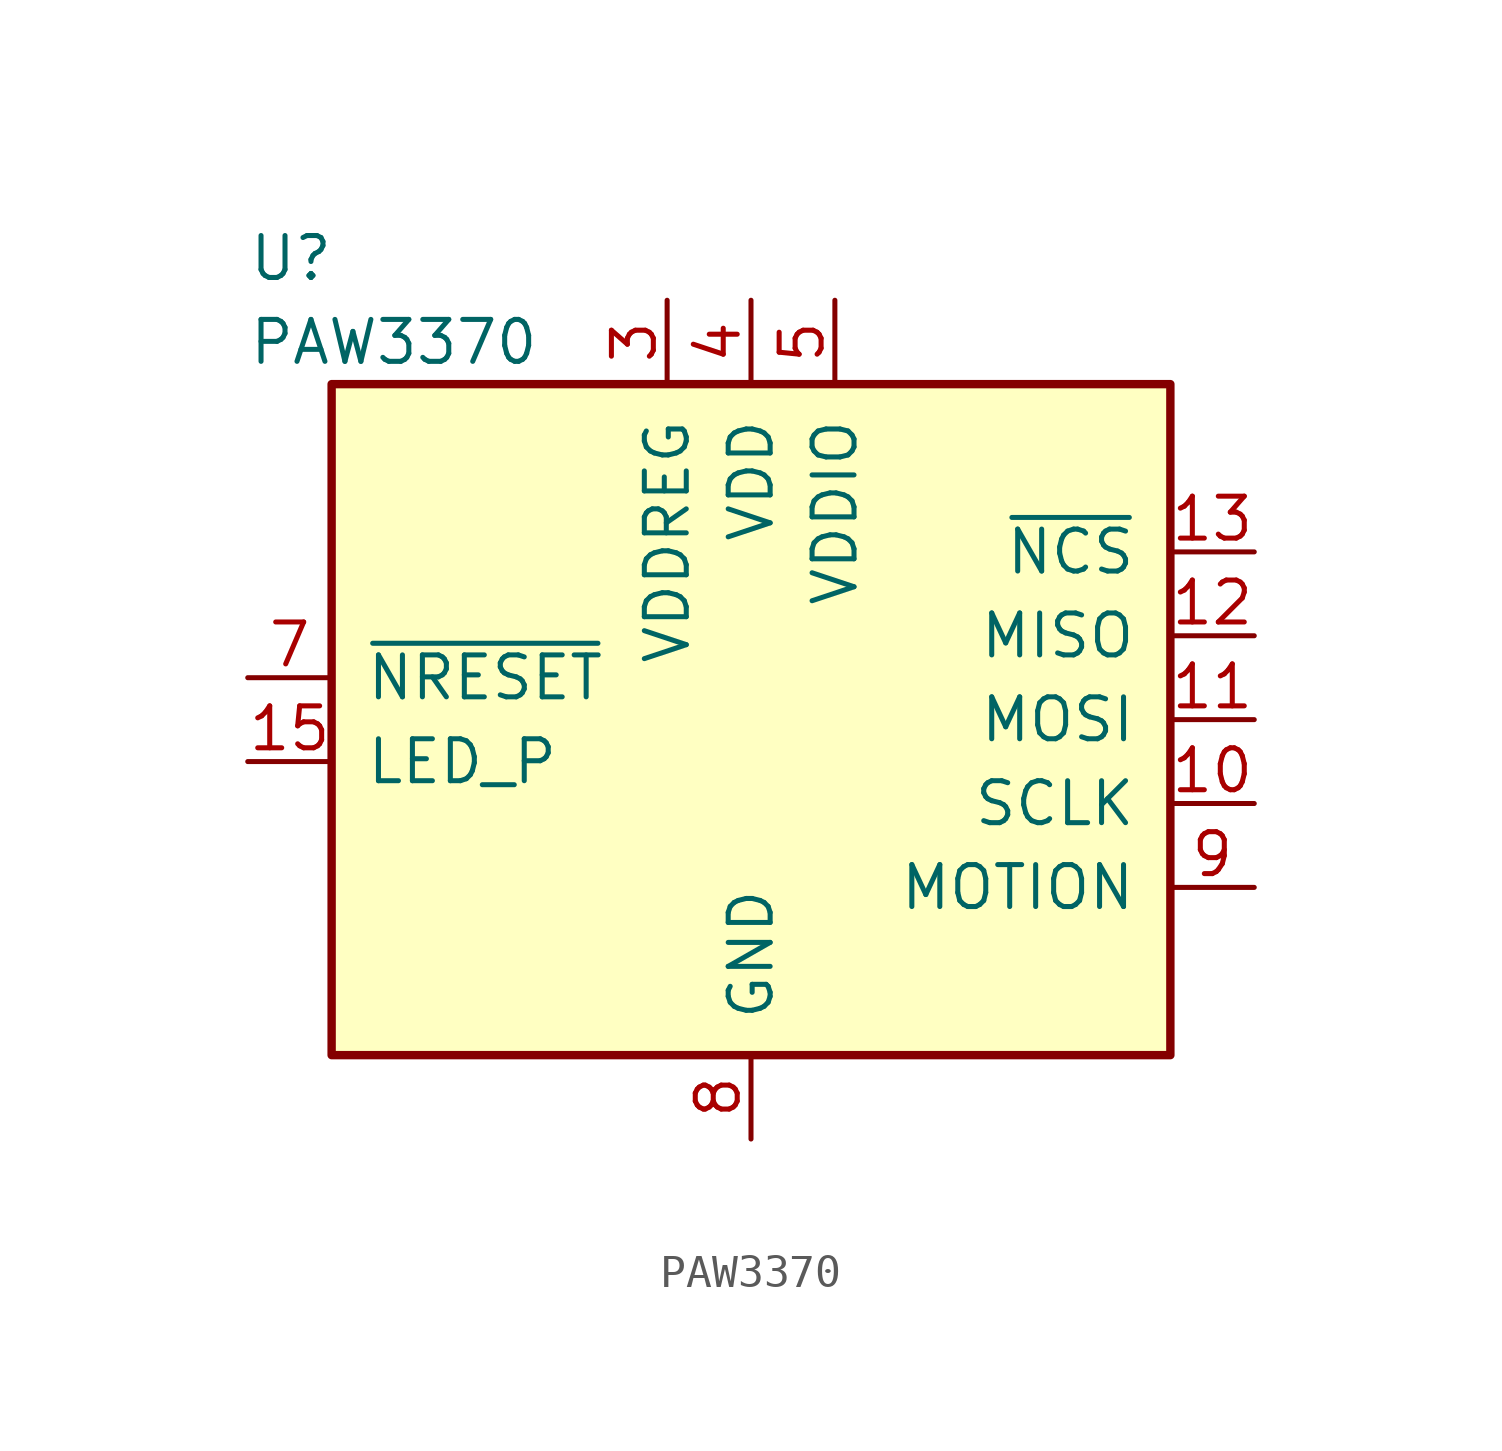
<source format=kicad_sym>
(kicad_symbol_lib
  (version 20220914)
  (generator kicad_symbol_editor)
  (symbol "PAW3370"
    (pin_names
      (offset 1.016))
    (property "Reference" "U"
      (at -15.24 21.59 0)
      (effects (font (size 1.27 1.27)) (justify left)))
    (property "Value" "PAW3370"
      (at -15.24 19.05 0)
      (effects (font (size 1.27 1.27)) (justify left)))
    (symbol "PAW3370_0_1"
      (rectangle (start -12.7 17.78) (end 12.7 -2.54) (stroke (width 0.254) (type default)) (fill (type background))))
    (symbol "PAW3370_1_1"
      (pin no_connect line (at -10.16 -5.08 90) (length 2.54) hide (name "NC" (effects (font (size 1.27 1.27)))) (number "1" (effects (font (size 1.27 1.27)))))
      (pin input line (at 15.24 5.08 180) (length 2.54) (name "SCLK" (effects (font (size 1.27 1.27)))) (number "10" (effects (font (size 1.27 1.27)))))
      (pin input line (at 15.24 7.62 180) (length 2.54) (name "MOSI" (effects (font (size 1.27 1.27)))) (number "11" (effects (font (size 1.27 1.27)))))
      (pin output line (at 15.24 10.16 180) (length 2.54) (name "MISO" (effects (font (size 1.27 1.27)))) (number "12" (effects (font (size 1.27 1.27)))))
      (pin input line (at 15.24 12.7 180) (length 2.54) (name "~{NCS}" (effects (font (size 1.27 1.27)))) (number "13" (effects (font (size 1.27 1.27)))))
      (pin no_connect line (at 7.62 -5.08 90) (length 2.54) hide (name "NC" (effects (font (size 1.27 1.27)))) (number "14" (effects (font (size 1.27 1.27)))))
      (pin input line (at -15.24 6.35 0) (length 2.54) (name "LED_P" (effects (font (size 1.27 1.27)))) (number "15" (effects (font (size 1.27 1.27)))))
      (pin no_connect line (at 10.16 -5.08 90) (length 2.54) hide (name "NC" (effects (font (size 1.27 1.27)))) (number "16" (effects (font (size 1.27 1.27)))))
      (pin no_connect line (at -7.62 -5.08 90) (length 2.54) hide (name "NC" (effects (font (size 1.27 1.27)))) (number "2" (effects (font (size 1.27 1.27)))))
      (pin power_in line (at -2.54 20.32 270) (length 2.54) (name "VDDREG" (effects (font (size 1.27 1.27)))) (number "3" (effects (font (size 1.27 1.27)))))
      (pin power_in line (at 0 20.32 270) (length 2.54) (name "VDD" (effects (font (size 1.27 1.27)))) (number "4" (effects (font (size 1.27 1.27)))))
      (pin power_in line (at 2.54 20.32 270) (length 2.54) (name "VDDIO" (effects (font (size 1.27 1.27)))) (number "5" (effects (font (size 1.27 1.27)))))
      (pin no_connect line (at 5.08 -5.08 90) (length 2.54) hide (name "NC" (effects (font (size 1.27 1.27)))) (number "6" (effects (font (size 1.27 1.27)))))
      (pin input line (at -15.24 8.89 0) (length 2.54) (name "~{NRESET}" (effects (font (size 1.27 1.27)))) (number "7" (effects (font (size 1.27 1.27)))))
      (pin power_in line (at 0 -5.08 90) (length 2.54) (name "GND" (effects (font (size 1.27 1.27)))) (number "8" (effects (font (size 1.27 1.27)))))
      (pin output line (at 15.24 2.54 180) (length 2.54) (name "MOTION" (effects (font (size 1.27 1.27)))) (number "9" (effects (font (size 1.27 1.27))))))))
</source>
